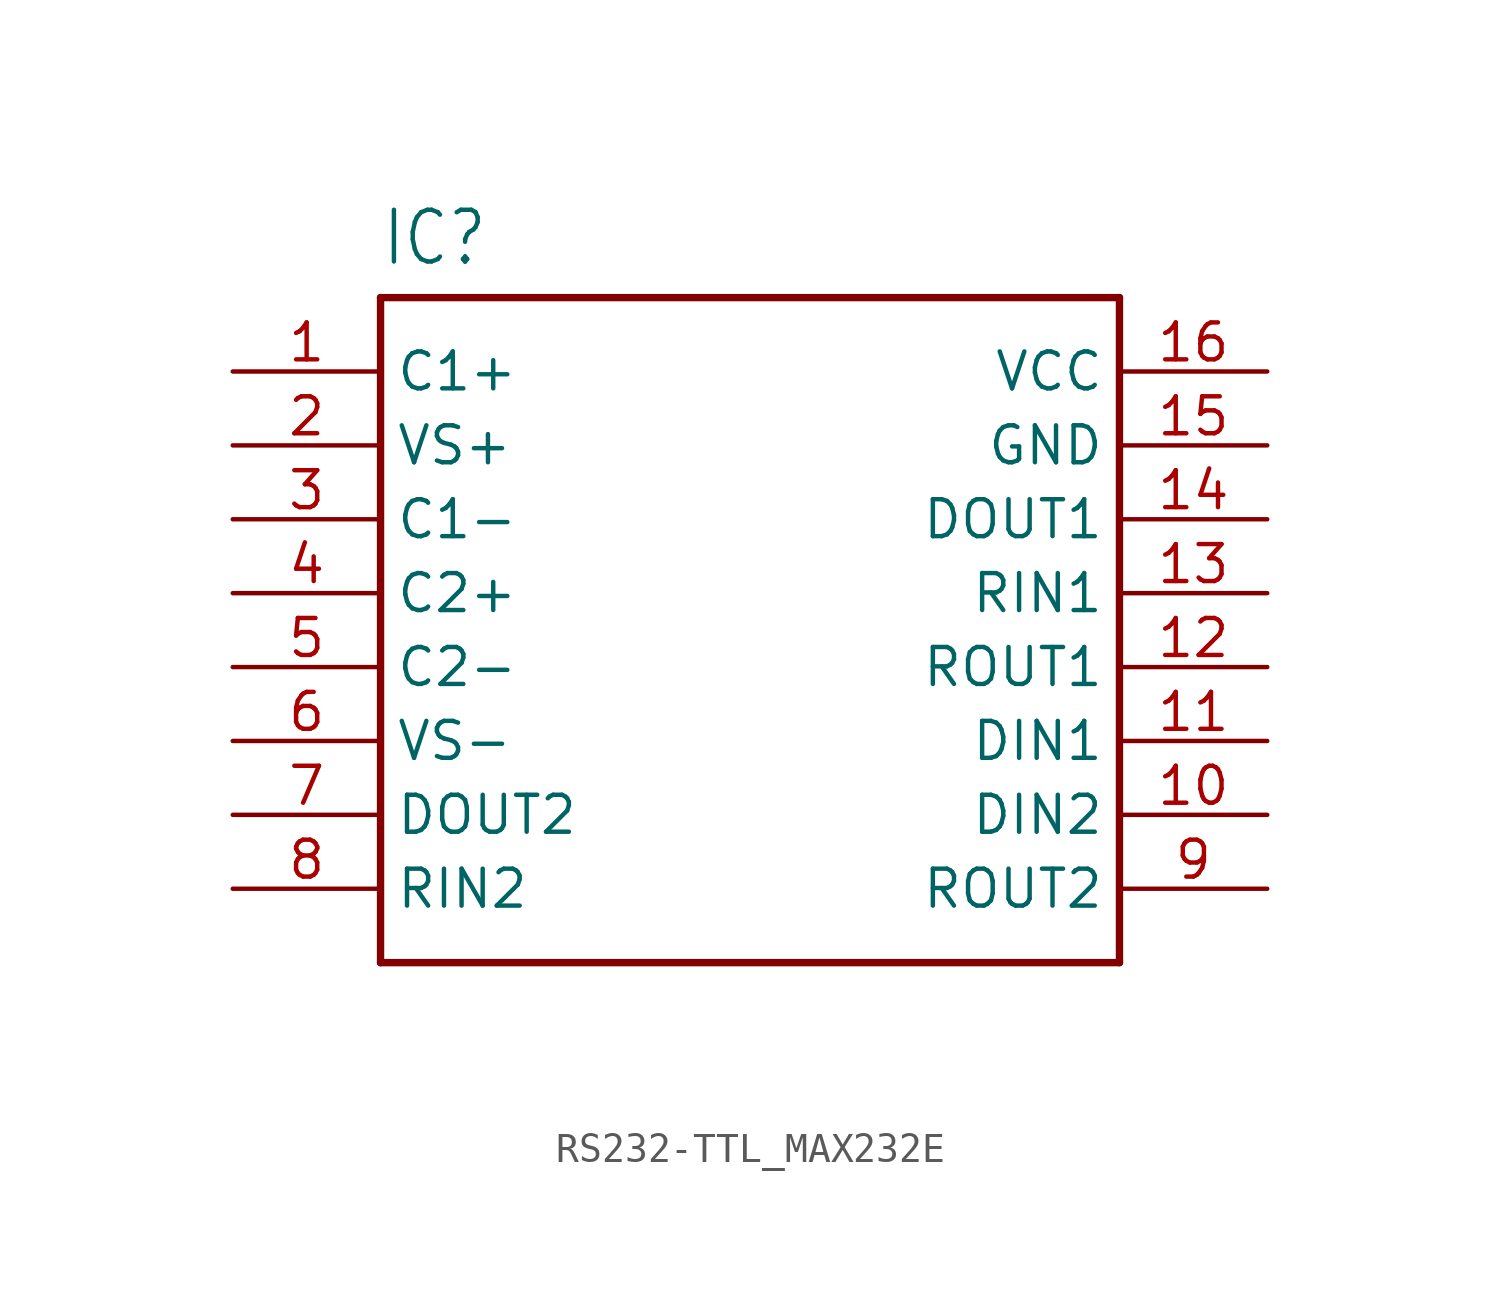
<source format=kicad_sym>
(kicad_symbol_lib
  (version 20220914)
  (generator kicad_symbol_editor)
  (symbol "RS232-TTL_MAX232E"
    (property "Reference" "IC"
      (at 0 23.876 0)
      (effects (font (size 1.778 1.511)) (justify left bottom)))
    (property "Value" ""
      (at 0 -2.54 0)
      (effects (font (size 1.778 1.511)) (justify left bottom)))
    (property "ki_locked" ""
      (at 0 0 0)
      (effects (font (size 1.27 1.27))))
    (symbol "RS232-TTL_MAX232E_1_0"
      (polyline (pts (xy 0 0) (xy 25.4 0)) (stroke (width 0.254) (type solid)) (fill (type none)))
      (polyline (pts (xy 0 22.86) (xy 0 0)) (stroke (width 0.254) (type solid)) (fill (type none)))
      (polyline (pts (xy 25.4 0) (xy 25.4 22.86)) (stroke (width 0.254) (type solid)) (fill (type none)))
      (polyline (pts (xy 25.4 22.86) (xy 0 22.86)) (stroke (width 0.254) (type solid)) (fill (type none)))
      (pin bidirectional line (at -5.08 20.32 0) (length 5.08) (name "C1+" (effects (font (size 1.27 1.27)))) (number "1" (effects (font (size 1.27 1.27)))))
      (pin bidirectional line (at 30.48 5.08 180) (length 5.08) (name "DIN2" (effects (font (size 1.27 1.27)))) (number "10" (effects (font (size 1.27 1.27)))))
      (pin bidirectional line (at 30.48 7.62 180) (length 5.08) (name "DIN1" (effects (font (size 1.27 1.27)))) (number "11" (effects (font (size 1.27 1.27)))))
      (pin bidirectional line (at 30.48 10.16 180) (length 5.08) (name "ROUT1" (effects (font (size 1.27 1.27)))) (number "12" (effects (font (size 1.27 1.27)))))
      (pin bidirectional line (at 30.48 12.7 180) (length 5.08) (name "RIN1" (effects (font (size 1.27 1.27)))) (number "13" (effects (font (size 1.27 1.27)))))
      (pin bidirectional line (at 30.48 15.24 180) (length 5.08) (name "DOUT1" (effects (font (size 1.27 1.27)))) (number "14" (effects (font (size 1.27 1.27)))))
      (pin bidirectional line (at 30.48 17.78 180) (length 5.08) (name "GND" (effects (font (size 1.27 1.27)))) (number "15" (effects (font (size 1.27 1.27)))))
      (pin bidirectional line (at 30.48 20.32 180) (length 5.08) (name "VCC" (effects (font (size 1.27 1.27)))) (number "16" (effects (font (size 1.27 1.27)))))
      (pin bidirectional line (at -5.08 17.78 0) (length 5.08) (name "VS+" (effects (font (size 1.27 1.27)))) (number "2" (effects (font (size 1.27 1.27)))))
      (pin bidirectional line (at -5.08 15.24 0) (length 5.08) (name "C1-" (effects (font (size 1.27 1.27)))) (number "3" (effects (font (size 1.27 1.27)))))
      (pin bidirectional line (at -5.08 12.7 0) (length 5.08) (name "C2+" (effects (font (size 1.27 1.27)))) (number "4" (effects (font (size 1.27 1.27)))))
      (pin bidirectional line (at -5.08 10.16 0) (length 5.08) (name "C2-" (effects (font (size 1.27 1.27)))) (number "5" (effects (font (size 1.27 1.27)))))
      (pin bidirectional line (at -5.08 7.62 0) (length 5.08) (name "VS-" (effects (font (size 1.27 1.27)))) (number "6" (effects (font (size 1.27 1.27)))))
      (pin bidirectional line (at -5.08 5.08 0) (length 5.08) (name "DOUT2" (effects (font (size 1.27 1.27)))) (number "7" (effects (font (size 1.27 1.27)))))
      (pin bidirectional line (at -5.08 2.54 0) (length 5.08) (name "RIN2" (effects (font (size 1.27 1.27)))) (number "8" (effects (font (size 1.27 1.27)))))
      (pin bidirectional line (at 30.48 2.54 180) (length 5.08) (name "ROUT2" (effects (font (size 1.27 1.27)))) (number "9" (effects (font (size 1.27 1.27))))))))
</source>
